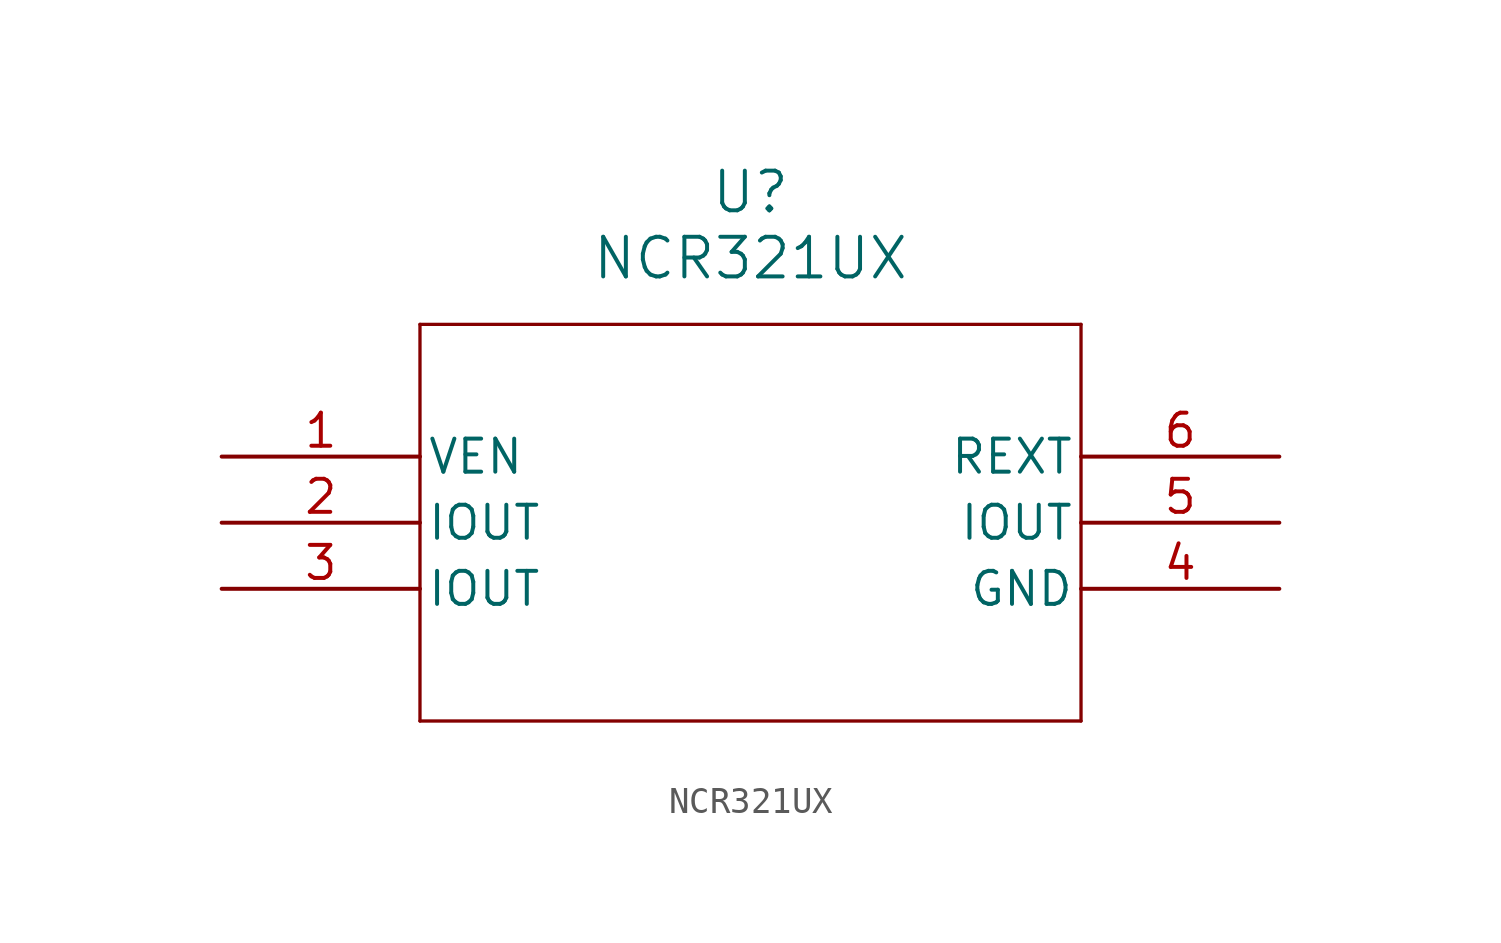
<source format=kicad_sym>
(kicad_symbol_lib
  (version 20211014)
  (generator kicad_symbol_editor)
  (symbol "NCR321UX"
    (pin_names
      (offset 0.254))
    (property "Reference" "U"
      (at 20.32 10.16 0)
      (effects (font (size 1.524 1.524))))
    (property "Value" "NCR321UX"
      (at 20.32 7.62 0)
      (effects (font (size 1.524 1.524))))
    (symbol "NCR321UX_0_1"
      (polyline (pts (xy 7.62 5.08) (xy 7.62 -10.16)) (stroke (width 0.127) (type default) (color 0 0 0 0)) (fill (type none)))
      (polyline (pts (xy 7.62 -10.16) (xy 33.02 -10.16)) (stroke (width 0.127) (type default) (color 0 0 0 0)) (fill (type none)))
      (polyline (pts (xy 33.02 -10.16) (xy 33.02 5.08)) (stroke (width 0.127) (type default) (color 0 0 0 0)) (fill (type none)))
      (polyline (pts (xy 33.02 5.08) (xy 7.62 5.08)) (stroke (width 0.127) (type default) (color 0 0 0 0)) (fill (type none)))
      (pin unspecified line (at 0 0 0) (length 7.62) (name "VEN" (effects (font (size 1.27 1.27)))) (number "1" (effects (font (size 1.27 1.27)))))
      (pin output line (at 0 -2.54 0) (length 7.62) (name "IOUT" (effects (font (size 1.27 1.27)))) (number "2" (effects (font (size 1.27 1.27)))))
      (pin output line (at 0 -5.08 0) (length 7.62) (name "IOUT" (effects (font (size 1.27 1.27)))) (number "3" (effects (font (size 1.27 1.27)))))
      (pin power_out line (at 40.64 -5.08 180) (length 7.62) (name "GND" (effects (font (size 1.27 1.27)))) (number "4" (effects (font (size 1.27 1.27)))))
      (pin output line (at 40.64 -2.54 180) (length 7.62) (name "IOUT" (effects (font (size 1.27 1.27)))) (number "5" (effects (font (size 1.27 1.27)))))
      (pin unspecified line (at 40.64 0 180) (length 7.62) (name "REXT" (effects (font (size 1.27 1.27)))) (number "6" (effects (font (size 1.27 1.27))))))))
</source>
